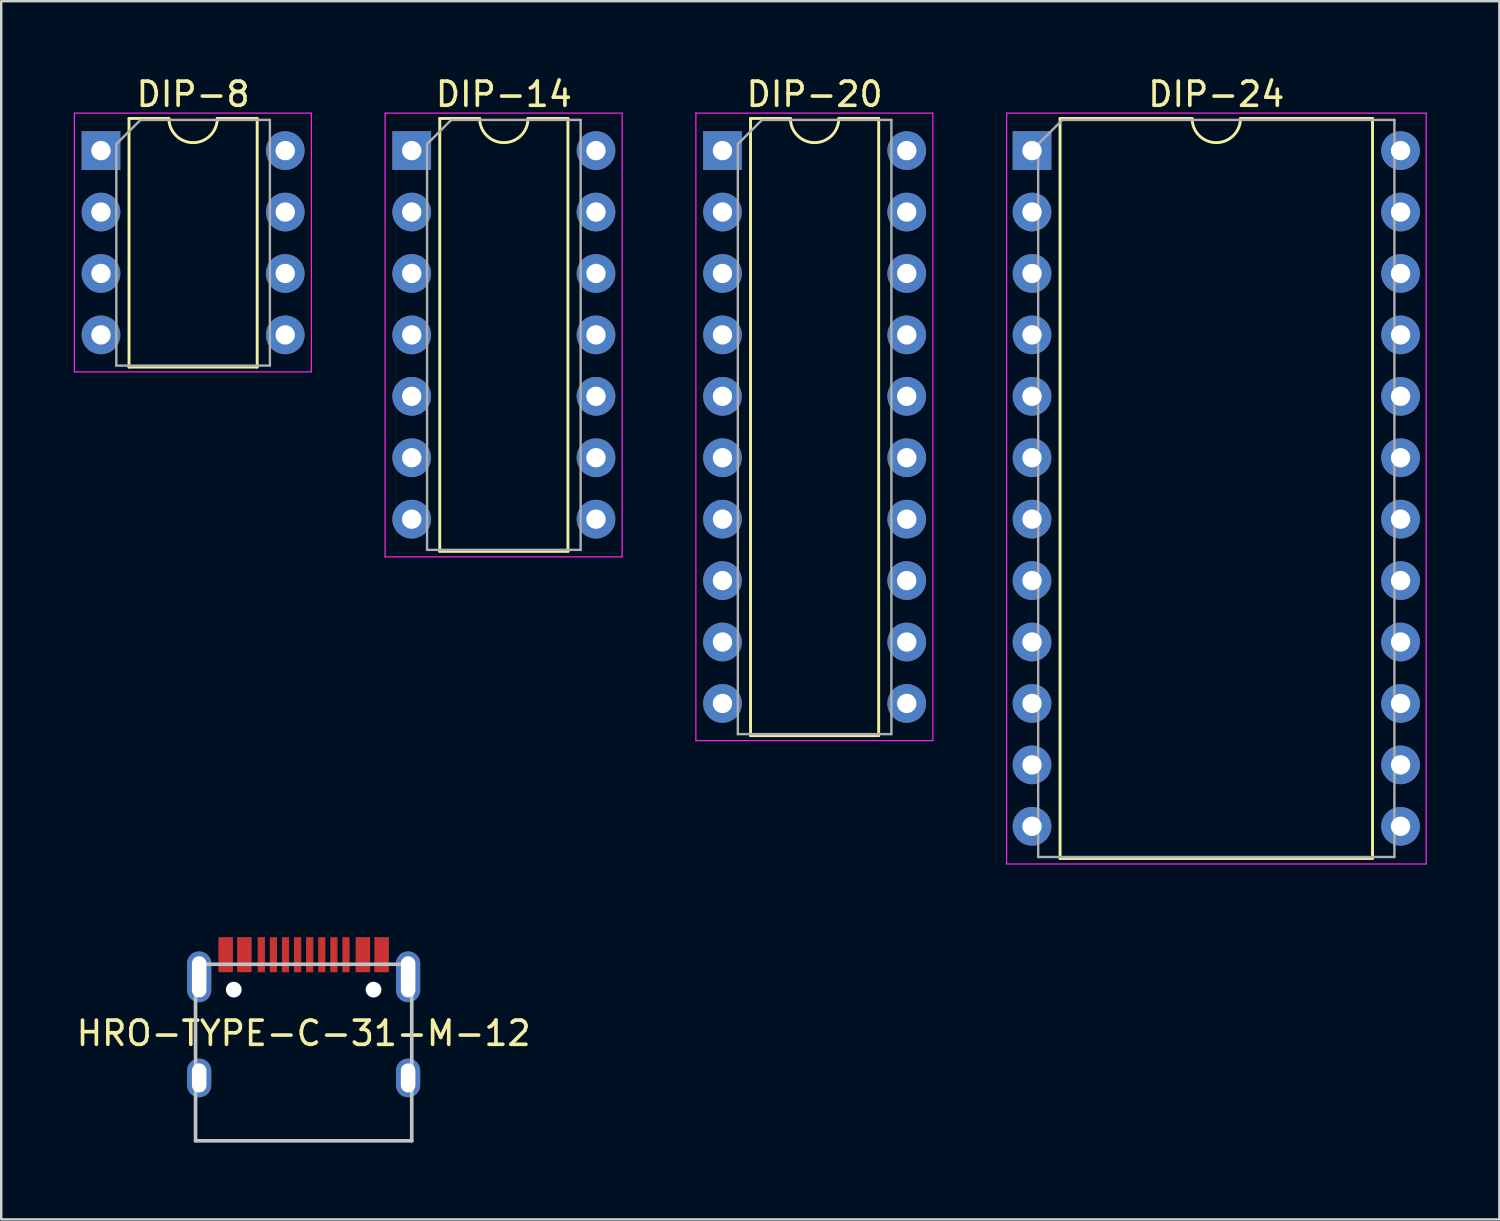
<source format=kicad_pcb>
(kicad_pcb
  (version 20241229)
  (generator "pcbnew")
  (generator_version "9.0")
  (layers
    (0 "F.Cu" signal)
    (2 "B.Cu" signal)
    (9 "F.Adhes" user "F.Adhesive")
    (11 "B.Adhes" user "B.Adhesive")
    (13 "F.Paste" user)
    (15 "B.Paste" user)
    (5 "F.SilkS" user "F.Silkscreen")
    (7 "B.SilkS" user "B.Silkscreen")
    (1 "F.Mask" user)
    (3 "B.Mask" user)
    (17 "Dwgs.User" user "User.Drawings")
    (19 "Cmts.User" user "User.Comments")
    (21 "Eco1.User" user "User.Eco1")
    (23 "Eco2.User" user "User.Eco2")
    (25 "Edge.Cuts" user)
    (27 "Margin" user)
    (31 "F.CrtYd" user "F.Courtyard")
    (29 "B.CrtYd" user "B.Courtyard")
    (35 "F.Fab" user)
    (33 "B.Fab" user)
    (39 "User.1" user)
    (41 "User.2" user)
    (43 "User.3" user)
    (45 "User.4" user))
  (footprint "DIP-8"
    (layer "F.Cu")
    (at 1.125 3.178)
    (property "Reference" "DIP-8" (at 3.81 -2.33 0) (layer "F.SilkS") (effects (font (size 1 1) (thickness 0.15))))
    (attr through_hole)
    (fp_line (start 1.16 -1.33) (end 1.16 8.95) (stroke (width 0.12) (type solid)) (layer "F.SilkS"))
    (fp_line (start 1.16 8.95) (end 6.46 8.95) (stroke (width 0.12) (type solid)) (layer "F.SilkS"))
    (fp_line (start 2.81 -1.33) (end 1.16 -1.33) (stroke (width 0.12) (type solid)) (layer "F.SilkS"))
    (fp_line (start 6.46 -1.33) (end 4.81 -1.33) (stroke (width 0.12) (type solid)) (layer "F.SilkS"))
    (fp_line (start 6.46 8.95) (end 6.46 -1.33) (stroke (width 0.12) (type solid)) (layer "F.SilkS"))
    (fp_arc (start 4.81 -1.33) (mid 3.81 -0.33) (end 2.81 -1.33) (stroke (width 0.12) (type solid)) (layer "F.SilkS"))
    (fp_line (start -1.1 -1.55) (end -1.1 9.15) (stroke (width 0.05) (type solid)) (layer "F.CrtYd"))
    (fp_line (start -1.1 9.15) (end 8.7 9.15) (stroke (width 0.05) (type solid)) (layer "F.CrtYd"))
    (fp_line (start 8.7 -1.55) (end -1.1 -1.55) (stroke (width 0.05) (type solid)) (layer "F.CrtYd"))
    (fp_line (start 8.7 9.15) (end 8.7 -1.55) (stroke (width 0.05) (type solid)) (layer "F.CrtYd"))
    (fp_line (start 0.635 -0.27) (end 1.635 -1.27) (stroke (width 0.1) (type solid)) (layer "F.Fab"))
    (fp_line (start 0.635 8.89) (end 0.635 -0.27) (stroke (width 0.1) (type solid)) (layer "F.Fab"))
    (fp_line (start 1.635 -1.27) (end 6.985 -1.27) (stroke (width 0.1) (type solid)) (layer "F.Fab"))
    (fp_line (start 6.985 -1.27) (end 6.985 8.89) (stroke (width 0.1) (type solid)) (layer "F.Fab"))
    (fp_line (start 6.985 8.89) (end 0.635 8.89) (stroke (width 0.1) (type solid)) (layer "F.Fab"))
    (pad "1" thru_hole rect (at 0 0) (size 1.6 1.6) (drill 0.8) (layers "*.Cu" "*.Mask"))
    (pad "2" thru_hole circle (at 0 2.54) (size 1.6 1.6) (drill 0.8) (layers "*.Cu" "*.Mask"))
    (pad "3" thru_hole circle (at 0 5.08) (size 1.6 1.6) (drill 0.8) (layers "*.Cu" "*.Mask"))
    (pad "4" thru_hole circle (at 0 7.62) (size 1.6 1.6) (drill 0.8) (layers "*.Cu" "*.Mask"))
    (pad "5" thru_hole circle (at 7.62 7.62) (size 1.6 1.6) (drill 0.8) (layers "*.Cu" "*.Mask"))
    (pad "6" thru_hole circle (at 7.62 5.08) (size 1.6 1.6) (drill 0.8) (layers "*.Cu" "*.Mask"))
    (pad "7" thru_hole circle (at 7.62 2.54) (size 1.6 1.6) (drill 0.8) (layers "*.Cu" "*.Mask"))
    (pad "8" thru_hole circle (at 7.62 0) (size 1.6 1.6) (drill 0.8) (layers "*.Cu" "*.Mask")))
  (footprint "DIP-24"
    (layer "F.Cu")
    (at 39.625 3.178)
    (property "Reference" "DIP-24" (at 7.62 -2.33 0) (layer "F.SilkS") (effects (font (size 1 1) (thickness 0.15))))
    (attr through_hole)
    (fp_line (start 1.16 -1.33) (end 1.16 29.27) (stroke (width 0.12) (type solid)) (layer "F.SilkS"))
    (fp_line (start 1.16 29.27) (end 14.08 29.27) (stroke (width 0.12) (type solid)) (layer "F.SilkS"))
    (fp_line (start 6.62 -1.33) (end 1.16 -1.33) (stroke (width 0.12) (type solid)) (layer "F.SilkS"))
    (fp_line (start 14.08 -1.33) (end 8.62 -1.33) (stroke (width 0.12) (type solid)) (layer "F.SilkS"))
    (fp_line (start 14.08 29.27) (end 14.08 -1.33) (stroke (width 0.12) (type solid)) (layer "F.SilkS"))
    (fp_arc (start 8.62 -1.33) (mid 7.62 -0.33) (end 6.62 -1.33) (stroke (width 0.12) (type solid)) (layer "F.SilkS"))
    (fp_line (start -1.05 -1.55) (end -1.05 29.5) (stroke (width 0.05) (type solid)) (layer "F.CrtYd"))
    (fp_line (start -1.05 29.5) (end 16.3 29.5) (stroke (width 0.05) (type solid)) (layer "F.CrtYd"))
    (fp_line (start 16.3 -1.55) (end -1.05 -1.55) (stroke (width 0.05) (type solid)) (layer "F.CrtYd"))
    (fp_line (start 16.3 29.5) (end 16.3 -1.55) (stroke (width 0.05) (type solid)) (layer "F.CrtYd"))
    (fp_line (start 0.255 -0.27) (end 1.255 -1.27) (stroke (width 0.1) (type solid)) (layer "F.Fab"))
    (fp_line (start 0.255 29.21) (end 0.255 -0.27) (stroke (width 0.1) (type solid)) (layer "F.Fab"))
    (fp_line (start 1.255 -1.27) (end 14.985 -1.27) (stroke (width 0.1) (type solid)) (layer "F.Fab"))
    (fp_line (start 14.985 -1.27) (end 14.985 29.21) (stroke (width 0.1) (type solid)) (layer "F.Fab"))
    (fp_line (start 14.985 29.21) (end 0.255 29.21) (stroke (width 0.1) (type solid)) (layer "F.Fab"))
    (pad "1" thru_hole rect (at 0 0) (size 1.6 1.6) (drill 0.8) (layers "*.Cu" "*.Mask"))
    (pad "2" thru_hole circle (at 0 2.54) (size 1.6 1.6) (drill 0.8) (layers "*.Cu" "*.Mask"))
    (pad "3" thru_hole circle (at 0 5.08) (size 1.6 1.6) (drill 0.8) (layers "*.Cu" "*.Mask"))
    (pad "4" thru_hole circle (at 0 7.62) (size 1.6 1.6) (drill 0.8) (layers "*.Cu" "*.Mask"))
    (pad "5" thru_hole circle (at 0 10.16) (size 1.6 1.6) (drill 0.8) (layers "*.Cu" "*.Mask"))
    (pad "6" thru_hole circle (at 0 12.7) (size 1.6 1.6) (drill 0.8) (layers "*.Cu" "*.Mask"))
    (pad "7" thru_hole circle (at 0 15.24) (size 1.6 1.6) (drill 0.8) (layers "*.Cu" "*.Mask"))
    (pad "8" thru_hole circle (at 0 17.78) (size 1.6 1.6) (drill 0.8) (layers "*.Cu" "*.Mask"))
    (pad "9" thru_hole circle (at 0 20.32) (size 1.6 1.6) (drill 0.8) (layers "*.Cu" "*.Mask"))
    (pad "10" thru_hole circle (at 0 22.86) (size 1.6 1.6) (drill 0.8) (layers "*.Cu" "*.Mask"))
    (pad "11" thru_hole circle (at 0 25.4) (size 1.6 1.6) (drill 0.8) (layers "*.Cu" "*.Mask"))
    (pad "12" thru_hole circle (at 0 27.94) (size 1.6 1.6) (drill 0.8) (layers "*.Cu" "*.Mask"))
    (pad "13" thru_hole circle (at 15.24 27.94) (size 1.6 1.6) (drill 0.8) (layers "*.Cu" "*.Mask"))
    (pad "14" thru_hole circle (at 15.24 25.4) (size 1.6 1.6) (drill 0.8) (layers "*.Cu" "*.Mask"))
    (pad "15" thru_hole circle (at 15.24 22.86) (size 1.6 1.6) (drill 0.8) (layers "*.Cu" "*.Mask"))
    (pad "16" thru_hole circle (at 15.24 20.32) (size 1.6 1.6) (drill 0.8) (layers "*.Cu" "*.Mask"))
    (pad "17" thru_hole circle (at 15.24 17.78) (size 1.6 1.6) (drill 0.8) (layers "*.Cu" "*.Mask"))
    (pad "18" thru_hole circle (at 15.24 15.24) (size 1.6 1.6) (drill 0.8) (layers "*.Cu" "*.Mask"))
    (pad "19" thru_hole circle (at 15.24 12.7) (size 1.6 1.6) (drill 0.8) (layers "*.Cu" "*.Mask"))
    (pad "20" thru_hole circle (at 15.24 10.16) (size 1.6 1.6) (drill 0.8) (layers "*.Cu" "*.Mask"))
    (pad "21" thru_hole circle (at 15.24 7.62) (size 1.6 1.6) (drill 0.8) (layers "*.Cu" "*.Mask"))
    (pad "22" thru_hole circle (at 15.24 5.08) (size 1.6 1.6) (drill 0.8) (layers "*.Cu" "*.Mask"))
    (pad "23" thru_hole circle (at 15.24 2.54) (size 1.6 1.6) (drill 0.8) (layers "*.Cu" "*.Mask"))
    (pad "24" thru_hole circle (at 15.24 0) (size 1.6 1.6) (drill 0.8) (layers "*.Cu" "*.Mask")))
  (footprint "DIP-14"
    (layer "F.Cu")
    (at 13.975 3.178)
    (property "Reference" "DIP-14" (at 3.81 -2.33 0) (layer "F.SilkS") (effects (font (size 1 1) (thickness 0.15))))
    (attr through_hole)
    (fp_line (start 1.16 -1.33) (end 1.16 16.57) (stroke (width 0.12) (type solid)) (layer "F.SilkS"))
    (fp_line (start 1.16 16.57) (end 6.46 16.57) (stroke (width 0.12) (type solid)) (layer "F.SilkS"))
    (fp_line (start 2.81 -1.33) (end 1.16 -1.33) (stroke (width 0.12) (type solid)) (layer "F.SilkS"))
    (fp_line (start 6.46 -1.33) (end 4.81 -1.33) (stroke (width 0.12) (type solid)) (layer "F.SilkS"))
    (fp_line (start 6.46 16.57) (end 6.46 -1.33) (stroke (width 0.12) (type solid)) (layer "F.SilkS"))
    (fp_arc (start 4.81 -1.33) (mid 3.81 -0.33) (end 2.81 -1.33) (stroke (width 0.12) (type solid)) (layer "F.SilkS"))
    (fp_line (start -1.1 -1.55) (end -1.1 16.8) (stroke (width 0.05) (type solid)) (layer "F.CrtYd"))
    (fp_line (start -1.1 16.8) (end 8.7 16.8) (stroke (width 0.05) (type solid)) (layer "F.CrtYd"))
    (fp_line (start 8.7 -1.55) (end -1.1 -1.55) (stroke (width 0.05) (type solid)) (layer "F.CrtYd"))
    (fp_line (start 8.7 16.8) (end 8.7 -1.55) (stroke (width 0.05) (type solid)) (layer "F.CrtYd"))
    (fp_line (start 0.635 -0.27) (end 1.635 -1.27) (stroke (width 0.1) (type solid)) (layer "F.Fab"))
    (fp_line (start 0.635 16.51) (end 0.635 -0.27) (stroke (width 0.1) (type solid)) (layer "F.Fab"))
    (fp_line (start 1.635 -1.27) (end 6.985 -1.27) (stroke (width 0.1) (type solid)) (layer "F.Fab"))
    (fp_line (start 6.985 -1.27) (end 6.985 16.51) (stroke (width 0.1) (type solid)) (layer "F.Fab"))
    (fp_line (start 6.985 16.51) (end 0.635 16.51) (stroke (width 0.1) (type solid)) (layer "F.Fab"))
    (pad "1" thru_hole rect (at 0 0) (size 1.6 1.6) (drill 0.8) (layers "*.Cu" "*.Mask"))
    (pad "2" thru_hole circle (at 0 2.54) (size 1.6 1.6) (drill 0.8) (layers "*.Cu" "*.Mask"))
    (pad "3" thru_hole circle (at 0 5.08) (size 1.6 1.6) (drill 0.8) (layers "*.Cu" "*.Mask"))
    (pad "4" thru_hole circle (at 0 7.62) (size 1.6 1.6) (drill 0.8) (layers "*.Cu" "*.Mask"))
    (pad "5" thru_hole circle (at 0 10.16) (size 1.6 1.6) (drill 0.8) (layers "*.Cu" "*.Mask"))
    (pad "6" thru_hole circle (at 0 12.7) (size 1.6 1.6) (drill 0.8) (layers "*.Cu" "*.Mask"))
    (pad "7" thru_hole circle (at 0 15.24) (size 1.6 1.6) (drill 0.8) (layers "*.Cu" "*.Mask"))
    (pad "8" thru_hole circle (at 7.62 15.24) (size 1.6 1.6) (drill 0.8) (layers "*.Cu" "*.Mask"))
    (pad "9" thru_hole circle (at 7.62 12.7) (size 1.6 1.6) (drill 0.8) (layers "*.Cu" "*.Mask"))
    (pad "10" thru_hole circle (at 7.62 10.16) (size 1.6 1.6) (drill 0.8) (layers "*.Cu" "*.Mask"))
    (pad "11" thru_hole circle (at 7.62 7.62) (size 1.6 1.6) (drill 0.8) (layers "*.Cu" "*.Mask"))
    (pad "12" thru_hole circle (at 7.62 5.08) (size 1.6 1.6) (drill 0.8) (layers "*.Cu" "*.Mask"))
    (pad "13" thru_hole circle (at 7.62 2.54) (size 1.6 1.6) (drill 0.8) (layers "*.Cu" "*.Mask"))
    (pad "14" thru_hole circle (at 7.62 0) (size 1.6 1.6) (drill 0.8) (layers "*.Cu" "*.Mask")))
  (footprint "DIP-20"
    (layer "F.Cu")
    (at 26.825 3.178)
    (property "Reference" "DIP-20" (at 3.81 -2.33 0) (layer "F.SilkS") (effects (font (size 1 1) (thickness 0.15))))
    (attr through_hole)
    (fp_line (start 1.16 -1.33) (end 1.16 24.19) (stroke (width 0.12) (type solid)) (layer "F.SilkS"))
    (fp_line (start 1.16 24.19) (end 6.46 24.19) (stroke (width 0.12) (type solid)) (layer "F.SilkS"))
    (fp_line (start 2.81 -1.33) (end 1.16 -1.33) (stroke (width 0.12) (type solid)) (layer "F.SilkS"))
    (fp_line (start 6.46 -1.33) (end 4.81 -1.33) (stroke (width 0.12) (type solid)) (layer "F.SilkS"))
    (fp_line (start 6.46 24.19) (end 6.46 -1.33) (stroke (width 0.12) (type solid)) (layer "F.SilkS"))
    (fp_arc (start 4.81 -1.33) (mid 3.81 -0.33) (end 2.81 -1.33) (stroke (width 0.12) (type solid)) (layer "F.SilkS"))
    (fp_line (start -1.1 -1.55) (end -1.1 24.4) (stroke (width 0.05) (type solid)) (layer "F.CrtYd"))
    (fp_line (start -1.1 24.4) (end 8.7 24.4) (stroke (width 0.05) (type solid)) (layer "F.CrtYd"))
    (fp_line (start 8.7 -1.55) (end -1.1 -1.55) (stroke (width 0.05) (type solid)) (layer "F.CrtYd"))
    (fp_line (start 8.7 24.4) (end 8.7 -1.55) (stroke (width 0.05) (type solid)) (layer "F.CrtYd"))
    (fp_line (start 0.635 -0.27) (end 1.635 -1.27) (stroke (width 0.1) (type solid)) (layer "F.Fab"))
    (fp_line (start 0.635 24.13) (end 0.635 -0.27) (stroke (width 0.1) (type solid)) (layer "F.Fab"))
    (fp_line (start 1.635 -1.27) (end 6.985 -1.27) (stroke (width 0.1) (type solid)) (layer "F.Fab"))
    (fp_line (start 6.985 -1.27) (end 6.985 24.13) (stroke (width 0.1) (type solid)) (layer "F.Fab"))
    (fp_line (start 6.985 24.13) (end 0.635 24.13) (stroke (width 0.1) (type solid)) (layer "F.Fab"))
    (pad "1" thru_hole rect (at 0 0) (size 1.6 1.6) (drill 0.8) (layers "*.Cu" "*.Mask"))
    (pad "2" thru_hole circle (at 0 2.54) (size 1.6 1.6) (drill 0.8) (layers "*.Cu" "*.Mask"))
    (pad "3" thru_hole circle (at 0 5.08) (size 1.6 1.6) (drill 0.8) (layers "*.Cu" "*.Mask"))
    (pad "4" thru_hole circle (at 0 7.62) (size 1.6 1.6) (drill 0.8) (layers "*.Cu" "*.Mask"))
    (pad "5" thru_hole circle (at 0 10.16) (size 1.6 1.6) (drill 0.8) (layers "*.Cu" "*.Mask"))
    (pad "6" thru_hole circle (at 0 12.7) (size 1.6 1.6) (drill 0.8) (layers "*.Cu" "*.Mask"))
    (pad "7" thru_hole circle (at 0 15.24) (size 1.6 1.6) (drill 0.8) (layers "*.Cu" "*.Mask"))
    (pad "8" thru_hole circle (at 0 17.78) (size 1.6 1.6) (drill 0.8) (layers "*.Cu" "*.Mask"))
    (pad "9" thru_hole circle (at 0 20.32) (size 1.6 1.6) (drill 0.8) (layers "*.Cu" "*.Mask"))
    (pad "10" thru_hole circle (at 0 22.86) (size 1.6 1.6) (drill 0.8) (layers "*.Cu" "*.Mask"))
    (pad "11" thru_hole circle (at 7.62 22.86) (size 1.6 1.6) (drill 0.8) (layers "*.Cu" "*.Mask"))
    (pad "12" thru_hole circle (at 7.62 20.32) (size 1.6 1.6) (drill 0.8) (layers "*.Cu" "*.Mask"))
    (pad "13" thru_hole circle (at 7.62 17.78) (size 1.6 1.6) (drill 0.8) (layers "*.Cu" "*.Mask"))
    (pad "14" thru_hole circle (at 7.62 15.24) (size 1.6 1.6) (drill 0.8) (layers "*.Cu" "*.Mask"))
    (pad "15" thru_hole circle (at 7.62 12.7) (size 1.6 1.6) (drill 0.8) (layers "*.Cu" "*.Mask"))
    (pad "16" thru_hole circle (at 7.62 10.16) (size 1.6 1.6) (drill 0.8) (layers "*.Cu" "*.Mask"))
    (pad "17" thru_hole circle (at 7.62 7.62) (size 1.6 1.6) (drill 0.8) (layers "*.Cu" "*.Mask"))
    (pad "18" thru_hole circle (at 7.62 5.08) (size 1.6 1.6) (drill 0.8) (layers "*.Cu" "*.Mask"))
    (pad "19" thru_hole circle (at 7.62 2.54) (size 1.6 1.6) (drill 0.8) (layers "*.Cu" "*.Mask"))
    (pad "20" thru_hole circle (at 7.62 0) (size 1.6 1.6) (drill 0.8) (layers "*.Cu" "*.Mask")))
  (footprint "HRO-TYPE-C-31-M-12"
    (layer "F.Cu")
    (at 9.506 44.123)
    (property "Reference" "HRO-TYPE-C-31-M-12" (at 0 -4.445 180) (layer "F.SilkS") (effects (font (size 1 1) (thickness 0.15))))
    (attr smd)
    (fp_line (start -4.47 -7.3) (end 4.47 -7.3) (stroke (width 0.15) (type solid)) (layer "Dwgs.User"))
    (fp_line (start -4.47 0) (end -4.47 -7.3) (stroke (width 0.15) (type solid)) (layer "Dwgs.User"))
    (fp_line (start -4.47 0) (end 4.47 0) (stroke (width 0.15) (type solid)) (layer "Dwgs.User"))
    (fp_line (start 4.47 0) (end 4.47 -7.3) (stroke (width 0.15) (type solid)) (layer "Dwgs.User"))
    (pad "" np_thru_hole circle (at -2.89 -6.25) (size 0.65 0.65) (drill 0.65) (layers "*.Cu" "*.Mask"))
    (pad "" np_thru_hole circle (at 2.89 -6.25) (size 0.65 0.65) (drill 0.65) (layers "*.Cu" "*.Mask"))
    (pad "1" smd rect (at -3.225 -7.695) (size 0.6 1.45) (layers "F.Cu" "F.Mask" "F.Paste"))
    (pad "2" smd rect (at -2.45 -7.695) (size 0.6 1.45) (layers "F.Cu" "F.Mask" "F.Paste"))
    (pad "3" smd rect (at -1.75 -7.695) (size 0.3 1.45) (layers "F.Cu" "F.Mask" "F.Paste"))
    (pad "4" smd rect (at -1.25 -7.695) (size 0.3 1.45) (layers "F.Cu" "F.Mask" "F.Paste"))
    (pad "5" smd rect (at -0.75 -7.695) (size 0.3 1.45) (layers "F.Cu" "F.Mask" "F.Paste"))
    (pad "6" smd rect (at -0.25 -7.695) (size 0.3 1.45) (layers "F.Cu" "F.Mask" "F.Paste"))
    (pad "7" smd rect (at 0.25 -7.695) (size 0.3 1.45) (layers "F.Cu" "F.Mask" "F.Paste"))
    (pad "8" smd rect (at 0.75 -7.695) (size 0.3 1.45) (layers "F.Cu" "F.Mask" "F.Paste"))
    (pad "9" smd rect (at 1.25 -7.695) (size 0.3 1.45) (layers "F.Cu" "F.Mask" "F.Paste"))
    (pad "10" smd rect (at 1.75 -7.695) (size 0.3 1.45) (layers "F.Cu" "F.Mask" "F.Paste"))
    (pad "11" smd rect (at 2.45 -7.695) (size 0.6 1.45) (layers "F.Cu" "F.Mask" "F.Paste"))
    (pad "12" smd rect (at 3.225 -7.695) (size 0.6 1.45) (layers "F.Cu" "F.Mask" "F.Paste"))
    (pad "13" thru_hole oval (at -4.32 -6.78) (size 1 2.1) (drill oval 0.6 1.7) (layers "*.Cu" "*.Mask"))
    (pad "13" thru_hole oval (at -4.32 -2.6) (size 1 1.6) (drill oval 0.6 1.2) (layers "*.Cu" "*.Mask"))
    (pad "13" thru_hole oval (at 4.32 -6.78) (size 1 2.1) (drill oval 0.6 1.7) (layers "*.Cu" "*.Mask"))
    (pad "13" thru_hole oval (at 4.32 -2.6) (size 1 1.6) (drill oval 0.6 1.2) (layers "*.Cu" "*.Mask")))
  (gr_rect
    (start -3 -3)
    (end 58.95 47.373)
    (stroke (width 0.1) (type default))
    (fill no)
    (layer "Edge.Cuts")))
</source>
